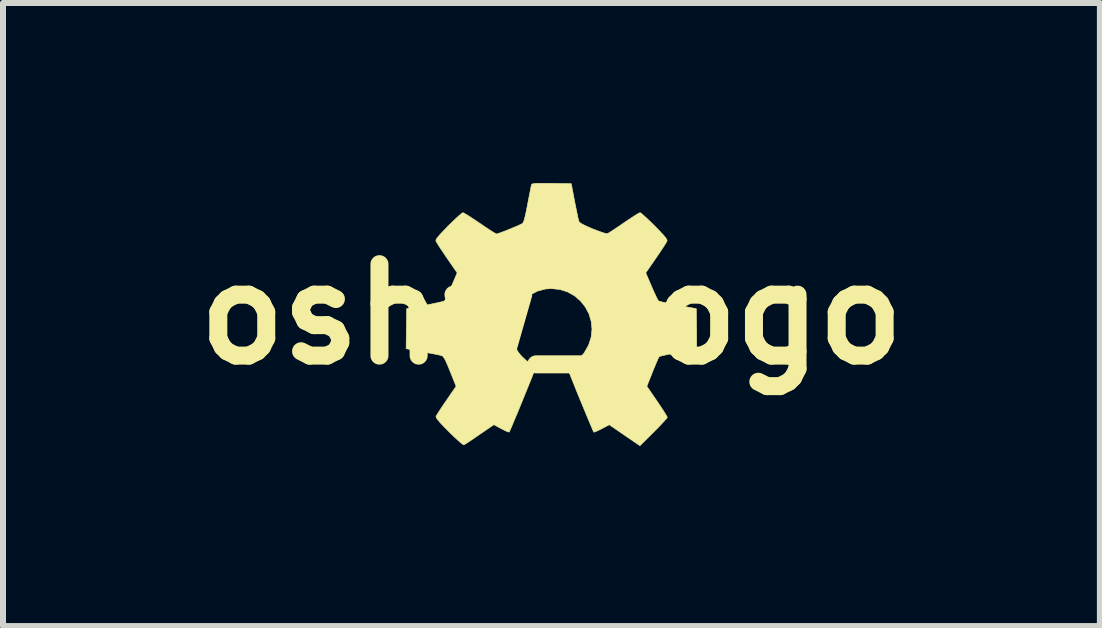
<source format=kicad_pcb>
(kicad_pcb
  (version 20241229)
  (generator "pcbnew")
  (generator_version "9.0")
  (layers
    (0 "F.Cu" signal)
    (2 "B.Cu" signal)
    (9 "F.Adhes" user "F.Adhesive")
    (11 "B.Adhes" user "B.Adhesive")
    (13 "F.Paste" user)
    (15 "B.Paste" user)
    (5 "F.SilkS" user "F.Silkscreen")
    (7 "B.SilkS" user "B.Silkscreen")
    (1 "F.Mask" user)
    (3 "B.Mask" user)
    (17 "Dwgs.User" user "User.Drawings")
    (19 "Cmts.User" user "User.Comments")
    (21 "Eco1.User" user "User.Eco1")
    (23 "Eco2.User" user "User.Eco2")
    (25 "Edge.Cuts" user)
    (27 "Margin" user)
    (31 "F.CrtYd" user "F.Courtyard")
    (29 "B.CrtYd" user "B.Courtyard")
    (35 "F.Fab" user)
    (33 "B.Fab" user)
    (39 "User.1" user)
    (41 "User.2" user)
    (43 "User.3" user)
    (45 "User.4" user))
  (footprint "oshw_logo"
    (layer "F.Cu")
    (at 6.14 2.187)
    (property "Reference" "oshw_logo" (at 0 0 0) (layer "F.SilkS") (effects (font (size 1.524 1.524) (thickness 0.3))))
    (attr through_hole)
    (fp_poly (pts (xy -0.001 -2.181) (xy 0.004 -2.181) (xy 0.33 -2.176) (xy 0.386 -1.88) (xy 0.406 -1.781) (xy 0.424 -1.693) (xy 0.439 -1.62) (xy 0.451 -1.569) (xy 0.457 -1.548) (xy 0.475 -1.526) (xy 0.518 -1.5) (xy 0.587 -1.466) (xy 0.685 -1.424) (xy 0.686 -1.423) (xy 0.767 -1.392) (xy 0.838 -1.366) (xy 0.893 -1.349) (xy 0.925 -1.342) (xy 0.929 -1.342) (xy 0.952 -1.354) (xy 0.997 -1.382) (xy 1.059 -1.423) (xy 1.134 -1.473) (xy 1.205 -1.522) (xy 1.286 -1.577) (xy 1.359 -1.625) (xy 1.418 -1.663) (xy 1.459 -1.686) (xy 1.476 -1.693) (xy 1.495 -1.682) (xy 1.533 -1.65) (xy 1.587 -1.601) (xy 1.651 -1.54) (xy 1.717 -1.475) (xy 1.801 -1.389) (xy 1.862 -1.324) (xy 1.902 -1.276) (xy 1.923 -1.244) (xy 1.927 -1.225) (xy 1.915 -1.201) (xy 1.887 -1.155) (xy 1.846 -1.092) (xy 1.795 -1.015) (xy 1.745 -0.942) (xy 1.571 -0.69) (xy 1.668 -0.464) (xy 1.703 -0.383) (xy 1.736 -0.312) (xy 1.762 -0.258) (xy 1.78 -0.227) (xy 1.784 -0.223) (xy 1.806 -0.214) (xy 1.856 -0.202) (xy 1.928 -0.186) (xy 2.016 -0.167) (xy 2.108 -0.15) (xy 2.413 -0.093) (xy 2.418 0.241) (xy 2.419 0.344) (xy 2.419 0.433) (xy 2.419 0.505) (xy 2.419 0.554) (xy 2.418 0.575) (xy 2.418 0.576) (xy 2.388 0.58) (xy 2.335 0.589) (xy 2.263 0.603) (xy 2.18 0.62) (xy 2.091 0.638) (xy 2.004 0.656) (xy 1.924 0.673) (xy 1.858 0.688) (xy 1.813 0.699) (xy 1.794 0.705) (xy 1.784 0.725) (xy 1.763 0.771) (xy 1.735 0.837) (xy 1.702 0.916) (xy 1.685 0.96) (xy 1.589 1.2) (xy 1.76 1.449) (xy 1.815 1.531) (xy 1.862 1.603) (xy 1.9 1.662) (xy 1.923 1.702) (xy 1.93 1.718) (xy 1.919 1.735) (xy 1.887 1.772) (xy 1.838 1.824) (xy 1.777 1.889) (xy 1.706 1.96) (xy 1.702 1.964) (xy 1.474 2.191) (xy 1.376 2.124) (xy 1.32 2.085) (xy 1.246 2.035) (xy 1.168 1.981) (xy 1.121 1.949) (xy 0.963 1.841) (xy 0.838 1.907) (xy 0.781 1.936) (xy 0.735 1.956) (xy 0.709 1.965) (xy 0.706 1.964) (xy 0.696 1.946) (xy 0.677 1.901) (xy 0.648 1.833) (xy 0.612 1.748) (xy 0.571 1.649) (xy 0.526 1.541) (xy 0.48 1.429) (xy 0.434 1.318) (xy 0.391 1.21) (xy 0.352 1.112) (xy 0.318 1.028) (xy 0.292 0.962) (xy 0.276 0.919) (xy 0.271 0.903) (xy 0.284 0.884) (xy 0.318 0.853) (xy 0.367 0.816) (xy 0.374 0.81) (xy 0.438 0.758) (xy 0.502 0.696) (xy 0.544 0.645) (xy 0.618 0.516) (xy 0.661 0.383) (xy 0.675 0.249) (xy 0.662 0.119) (xy 0.625 -0.006) (xy 0.565 -0.12) (xy 0.484 -0.222) (xy 0.385 -0.307) (xy 0.27 -0.372) (xy 0.14 -0.413) (xy -0.002 -0.428) (xy -0.102 -0.421) (xy -0.229 -0.387) (xy -0.353 -0.326) (xy -0.464 -0.241) (xy -0.556 -0.138) (xy -0.585 -0.093) (xy -0.624 -0.009) (xy -0.655 0.093) (xy -0.673 0.196) (xy -0.677 0.256) (xy -0.666 0.356) (xy -0.635 0.466) (xy -0.588 0.573) (xy -0.551 0.636) (xy -0.505 0.691) (xy -0.444 0.751) (xy -0.381 0.804) (xy -0.38 0.804) (xy -0.329 0.844) (xy -0.291 0.878) (xy -0.272 0.901) (xy -0.271 0.904) (xy -0.277 0.923) (xy -0.295 0.969) (xy -0.321 1.037) (xy -0.356 1.123) (xy -0.396 1.222) (xy -0.44 1.33) (xy -0.485 1.442) (xy -0.531 1.554) (xy -0.575 1.661) (xy -0.616 1.758) (xy -0.651 1.842) (xy -0.679 1.907) (xy -0.698 1.949) (xy -0.706 1.964) (xy -0.723 1.96) (xy -0.763 1.944) (xy -0.817 1.917) (xy -0.837 1.906) (xy -0.96 1.84) (xy -1.2 2.004) (xy -1.28 2.059) (xy -1.351 2.107) (xy -1.408 2.145) (xy -1.447 2.169) (xy -1.46 2.177) (xy -1.478 2.168) (xy -1.516 2.138) (xy -1.569 2.091) (xy -1.634 2.031) (xy -1.705 1.961) (xy -1.708 1.958) (xy -1.793 1.872) (xy -1.855 1.806) (xy -1.896 1.758) (xy -1.918 1.726) (xy -1.925 1.705) (xy -1.924 1.701) (xy -1.911 1.678) (xy -1.882 1.632) (xy -1.841 1.569) (xy -1.791 1.494) (xy -1.751 1.436) (xy -1.589 1.2) (xy -1.688 0.954) (xy -1.732 0.846) (xy -1.767 0.768) (xy -1.795 0.719) (xy -1.816 0.695) (xy -1.82 0.693) (xy -1.85 0.684) (xy -1.905 0.672) (xy -1.977 0.657) (xy -2.057 0.643) (xy -2.146 0.627) (xy -2.23 0.611) (xy -2.3 0.598) (xy -2.341 0.59) (xy -2.422 0.573) (xy -2.418 0.24) (xy -2.413 -0.093) (xy -2.108 -0.15) (xy -2.01 -0.169) (xy -1.923 -0.187) (xy -1.852 -0.203) (xy -1.804 -0.215) (xy -1.784 -0.223) (xy -1.77 -0.243) (xy -1.747 -0.289) (xy -1.716 -0.354) (xy -1.681 -0.433) (xy -1.668 -0.464) (xy -1.571 -0.69) (xy -1.745 -0.942) (xy -1.801 -1.025) (xy -1.851 -1.1) (xy -1.891 -1.162) (xy -1.917 -1.205) (xy -1.927 -1.225) (xy -1.923 -1.244) (xy -1.902 -1.277) (xy -1.861 -1.325) (xy -1.8 -1.39) (xy -1.717 -1.475) (xy -1.646 -1.545) (xy -1.583 -1.605) (xy -1.53 -1.653) (xy -1.493 -1.683) (xy -1.477 -1.693) (xy -1.456 -1.684) (xy -1.412 -1.659) (xy -1.351 -1.62) (xy -1.276 -1.571) (xy -1.194 -1.516) (xy -1.111 -1.459) (xy -1.037 -1.41) (xy -0.977 -1.372) (xy -0.935 -1.347) (xy -0.916 -1.338) (xy -0.892 -1.344) (xy -0.844 -1.361) (xy -0.78 -1.385) (xy -0.708 -1.414) (xy -0.635 -1.444) (xy -0.568 -1.472) (xy -0.516 -1.496) (xy -0.485 -1.512) (xy -0.482 -1.514) (xy -0.469 -1.533) (xy -0.454 -1.574) (xy -0.437 -1.64) (xy -0.417 -1.733) (xy -0.397 -1.836) (xy -0.378 -1.934) (xy -0.361 -2.022) (xy -0.347 -2.093) (xy -0.337 -2.142) (xy -0.332 -2.161) (xy -0.323 -2.17) (xy -0.301 -2.176) (xy -0.262 -2.18) (xy -0.202 -2.182) (xy -0.116 -2.182) (xy -0.001 -2.181)) (stroke (width 0.01) (type solid)) (fill yes) (layer "F.SilkS")))
  (gr_rect
    (start -3 -3)
    (end 15.279 7.383)
    (stroke (width 0.1) (type default))
    (fill no)
    (layer "Edge.Cuts")))
</source>
